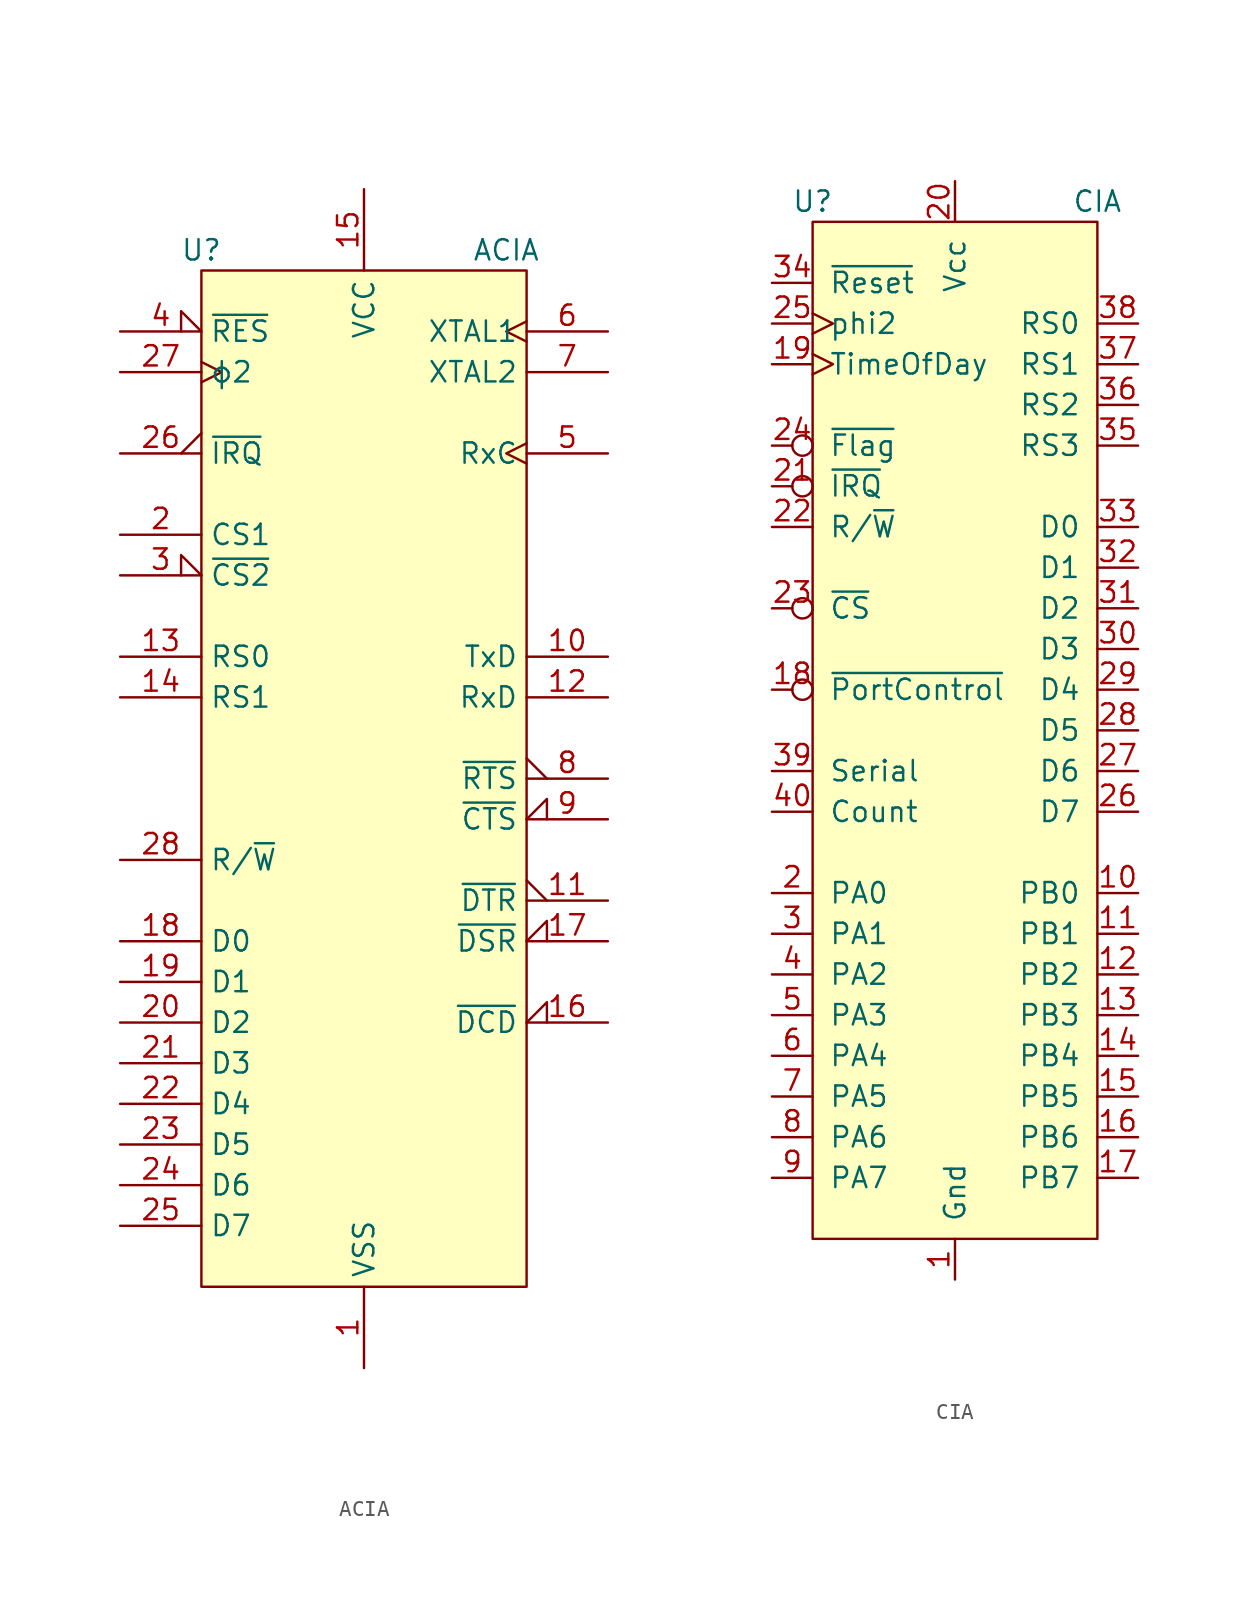
<source format=kicad_sym>
(kicad_symbol_lib
  (version 20201005)
  (generator kicad_symbol_editor)
  (symbol "C64:ACIA"
    (property "Reference" "U"
      (at -10.16 31.75 0)
      (effects (font (size 1.27 1.27))))
    (property "Value" "ACIA"
      (at 8.89 31.75 0)
      (effects (font (size 1.27 1.27))))
    (symbol "ACIA_0_1"
      (rectangle (start -10.16 30.48) (end 10.16 -33.02) (stroke (width 0)) (fill (type background))))
    (symbol "ACIA_1_1"
      (pin power_in line (at 0 -38.1 90) (length 5.08) (name "VSS" (effects (font (size 1.27 1.27)))) (number "1" (effects (font (size 1.27 1.27)))))
      (pin output line (at 15.24 6.35 180) (length 5.08) (name "TxD" (effects (font (size 1.27 1.27)))) (number "10" (effects (font (size 1.27 1.27)))))
      (pin output output_low (at 15.24 -8.89 180) (length 5.08) (name "~DTR" (effects (font (size 1.27 1.27)))) (number "11" (effects (font (size 1.27 1.27)))))
      (pin input line (at 15.24 3.81 180) (length 5.08) (name "RxD" (effects (font (size 1.27 1.27)))) (number "12" (effects (font (size 1.27 1.27)))))
      (pin input line (at -15.24 6.35 0) (length 5.08) (name "RS0" (effects (font (size 1.27 1.27)))) (number "13" (effects (font (size 1.27 1.27)))))
      (pin input line (at -15.24 3.81 0) (length 5.08) (name "RS1" (effects (font (size 1.27 1.27)))) (number "14" (effects (font (size 1.27 1.27)))))
      (pin power_in line (at 0 35.56 270) (length 5.08) (name "VCC" (effects (font (size 1.27 1.27)))) (number "15" (effects (font (size 1.27 1.27)))))
      (pin input input_low (at 15.24 -16.51 180) (length 5.08) (name "~DCD" (effects (font (size 1.27 1.27)))) (number "16" (effects (font (size 1.27 1.27)))))
      (pin input input_low (at 15.24 -11.43 180) (length 5.08) (name "~DSR" (effects (font (size 1.27 1.27)))) (number "17" (effects (font (size 1.27 1.27)))))
      (pin bidirectional line (at -15.24 -11.43 0) (length 5.08) (name "D0" (effects (font (size 1.27 1.27)))) (number "18" (effects (font (size 1.27 1.27)))))
      (pin bidirectional line (at -15.24 -13.97 0) (length 5.08) (name "D1" (effects (font (size 1.27 1.27)))) (number "19" (effects (font (size 1.27 1.27)))))
      (pin input line (at -15.24 13.97 0) (length 5.08) (name "CS1" (effects (font (size 1.27 1.27)))) (number "2" (effects (font (size 1.27 1.27)))))
      (pin bidirectional line (at -15.24 -16.51 0) (length 5.08) (name "D2" (effects (font (size 1.27 1.27)))) (number "20" (effects (font (size 1.27 1.27)))))
      (pin bidirectional line (at -15.24 -19.05 0) (length 5.08) (name "D3" (effects (font (size 1.27 1.27)))) (number "21" (effects (font (size 1.27 1.27)))))
      (pin bidirectional line (at -15.24 -21.59 0) (length 5.08) (name "D4" (effects (font (size 1.27 1.27)))) (number "22" (effects (font (size 1.27 1.27)))))
      (pin bidirectional line (at -15.24 -24.13 0) (length 5.08) (name "D5" (effects (font (size 1.27 1.27)))) (number "23" (effects (font (size 1.27 1.27)))))
      (pin bidirectional line (at -15.24 -26.67 0) (length 5.08) (name "D6" (effects (font (size 1.27 1.27)))) (number "24" (effects (font (size 1.27 1.27)))))
      (pin bidirectional line (at -15.24 -29.21 0) (length 5.08) (name "D7" (effects (font (size 1.27 1.27)))) (number "25" (effects (font (size 1.27 1.27)))))
      (pin open_collector output_low (at -15.24 19.05 0) (length 5.08) (name "~IRQ" (effects (font (size 1.27 1.27)))) (number "26" (effects (font (size 1.27 1.27)))))
      (pin input clock (at -15.24 24.13 0) (length 5.08) (name "ϕ2" (effects (font (size 1.27 1.27)))) (number "27" (effects (font (size 1.27 1.27)))))
      (pin input line (at -15.24 -6.35 0) (length 5.08) (name "R/~W" (effects (font (size 1.27 1.27)))) (number "28" (effects (font (size 1.27 1.27)))))
      (pin input input_low (at -15.24 11.43 0) (length 5.08) (name "~CS2" (effects (font (size 1.27 1.27)))) (number "3" (effects (font (size 1.27 1.27)))))
      (pin input input_low (at -15.24 26.67 0) (length 5.08) (name "~RES" (effects (font (size 1.27 1.27)))) (number "4" (effects (font (size 1.27 1.27)))))
      (pin bidirectional clock (at 15.24 19.05 180) (length 5.08) (name "RxC" (effects (font (size 1.27 1.27)))) (number "5" (effects (font (size 1.27 1.27)))))
      (pin input clock (at 15.24 26.67 180) (length 5.08) (name "XTAL1" (effects (font (size 1.27 1.27)))) (number "6" (effects (font (size 1.27 1.27)))))
      (pin output line (at 15.24 24.13 180) (length 5.08) (name "XTAL2" (effects (font (size 1.27 1.27)))) (number "7" (effects (font (size 1.27 1.27)))))
      (pin output output_low (at 15.24 -1.27 180) (length 5.08) (name "~RTS" (effects (font (size 1.27 1.27)))) (number "8" (effects (font (size 1.27 1.27)))))
      (pin input input_low (at 15.24 -3.81 180) (length 5.08) (name "~CTS" (effects (font (size 1.27 1.27)))) (number "9" (effects (font (size 1.27 1.27)))))))
  (symbol "C64:CIA"
    (pin_names
      (offset 1.016))
    (property "Reference" "U"
      (at -8.89 33.02 0)
      (effects (font (size 1.27 1.27))))
    (property "Value" "CIA"
      (at 8.89 33.02 0)
      (effects (font (size 1.27 1.27))))
    (symbol "CIA_0_1"
      (rectangle (start -8.89 -31.75) (end 8.89 31.75) (stroke (width 0)) (fill (type background))))
    (symbol "CIA_1_1"
      (pin power_in line (at 0 -34.29 90) (length 2.54) (name "Gnd" (effects (font (size 1.27 1.27)))) (number "1" (effects (font (size 1.27 1.27)))))
      (pin bidirectional line (at 11.43 -10.16 180) (length 2.54) (name "PB0" (effects (font (size 1.27 1.27)))) (number "10" (effects (font (size 1.27 1.27)))))
      (pin bidirectional line (at 11.43 -12.7 180) (length 2.54) (name "PB1" (effects (font (size 1.27 1.27)))) (number "11" (effects (font (size 1.27 1.27)))))
      (pin bidirectional line (at 11.43 -15.24 180) (length 2.54) (name "PB2" (effects (font (size 1.27 1.27)))) (number "12" (effects (font (size 1.27 1.27)))))
      (pin bidirectional line (at 11.43 -17.78 180) (length 2.54) (name "PB3" (effects (font (size 1.27 1.27)))) (number "13" (effects (font (size 1.27 1.27)))))
      (pin bidirectional line (at 11.43 -20.32 180) (length 2.54) (name "PB4" (effects (font (size 1.27 1.27)))) (number "14" (effects (font (size 1.27 1.27)))))
      (pin bidirectional line (at 11.43 -22.86 180) (length 2.54) (name "PB5" (effects (font (size 1.27 1.27)))) (number "15" (effects (font (size 1.27 1.27)))))
      (pin bidirectional line (at 11.43 -25.4 180) (length 2.54) (name "PB6" (effects (font (size 1.27 1.27)))) (number "16" (effects (font (size 1.27 1.27)))))
      (pin bidirectional line (at 11.43 -27.94 180) (length 2.54) (name "PB7" (effects (font (size 1.27 1.27)))) (number "17" (effects (font (size 1.27 1.27)))))
      (pin input inverted (at -11.43 2.54 0) (length 2.54) (name "~PortControl" (effects (font (size 1.27 1.27)))) (number "18" (effects (font (size 1.27 1.27)))))
      (pin input clock (at -11.43 22.86 0) (length 2.54) (name "TimeOfDay" (effects (font (size 1.27 1.27)))) (number "19" (effects (font (size 1.27 1.27)))))
      (pin bidirectional line (at -11.43 -10.16 0) (length 2.54) (name "PA0" (effects (font (size 1.27 1.27)))) (number "2" (effects (font (size 1.27 1.27)))))
      (pin power_in line (at 0 34.29 270) (length 2.54) (name "Vcc" (effects (font (size 1.27 1.27)))) (number "20" (effects (font (size 1.27 1.27)))))
      (pin output inverted (at -11.43 15.24 0) (length 2.54) (name "~IRQ" (effects (font (size 1.27 1.27)))) (number "21" (effects (font (size 1.27 1.27)))))
      (pin input line (at -11.43 12.7 0) (length 2.54) (name "R/~W" (effects (font (size 1.27 1.27)))) (number "22" (effects (font (size 1.27 1.27)))))
      (pin input inverted (at -11.43 7.62 0) (length 2.54) (name "~CS" (effects (font (size 1.27 1.27)))) (number "23" (effects (font (size 1.27 1.27)))))
      (pin input inverted (at -11.43 17.78 0) (length 2.54) (name "~Flag" (effects (font (size 1.27 1.27)))) (number "24" (effects (font (size 1.27 1.27)))))
      (pin input clock (at -11.43 25.4 0) (length 2.54) (name "phi2" (effects (font (size 1.27 1.27)))) (number "25" (effects (font (size 1.27 1.27)))))
      (pin bidirectional line (at 11.43 -5.08 180) (length 2.54) (name "D7" (effects (font (size 1.27 1.27)))) (number "26" (effects (font (size 1.27 1.27)))))
      (pin bidirectional line (at 11.43 -2.54 180) (length 2.54) (name "D6" (effects (font (size 1.27 1.27)))) (number "27" (effects (font (size 1.27 1.27)))))
      (pin bidirectional line (at 11.43 0 180) (length 2.54) (name "D5" (effects (font (size 1.27 1.27)))) (number "28" (effects (font (size 1.27 1.27)))))
      (pin bidirectional line (at 11.43 2.54 180) (length 2.54) (name "D4" (effects (font (size 1.27 1.27)))) (number "29" (effects (font (size 1.27 1.27)))))
      (pin bidirectional line (at -11.43 -12.7 0) (length 2.54) (name "PA1" (effects (font (size 1.27 1.27)))) (number "3" (effects (font (size 1.27 1.27)))))
      (pin bidirectional line (at 11.43 5.08 180) (length 2.54) (name "D3" (effects (font (size 1.27 1.27)))) (number "30" (effects (font (size 1.27 1.27)))))
      (pin bidirectional line (at 11.43 7.62 180) (length 2.54) (name "D2" (effects (font (size 1.27 1.27)))) (number "31" (effects (font (size 1.27 1.27)))))
      (pin bidirectional line (at 11.43 10.16 180) (length 2.54) (name "D1" (effects (font (size 1.27 1.27)))) (number "32" (effects (font (size 1.27 1.27)))))
      (pin bidirectional line (at 11.43 12.7 180) (length 2.54) (name "D0" (effects (font (size 1.27 1.27)))) (number "33" (effects (font (size 1.27 1.27)))))
      (pin input line (at -11.43 27.94 0) (length 2.54) (name "~Reset" (effects (font (size 1.27 1.27)))) (number "34" (effects (font (size 1.27 1.27)))))
      (pin input line (at 11.43 17.78 180) (length 2.54) (name "RS3" (effects (font (size 1.27 1.27)))) (number "35" (effects (font (size 1.27 1.27)))))
      (pin input line (at 11.43 20.32 180) (length 2.54) (name "RS2" (effects (font (size 1.27 1.27)))) (number "36" (effects (font (size 1.27 1.27)))))
      (pin input line (at 11.43 22.86 180) (length 2.54) (name "RS1" (effects (font (size 1.27 1.27)))) (number "37" (effects (font (size 1.27 1.27)))))
      (pin input line (at 11.43 25.4 180) (length 2.54) (name "RS0" (effects (font (size 1.27 1.27)))) (number "38" (effects (font (size 1.27 1.27)))))
      (pin bidirectional line (at -11.43 -2.54 0) (length 2.54) (name "Serial" (effects (font (size 1.27 1.27)))) (number "39" (effects (font (size 1.27 1.27)))))
      (pin bidirectional line (at -11.43 -15.24 0) (length 2.54) (name "PA2" (effects (font (size 1.27 1.27)))) (number "4" (effects (font (size 1.27 1.27)))))
      (pin bidirectional line (at -11.43 -5.08 0) (length 2.54) (name "Count" (effects (font (size 1.27 1.27)))) (number "40" (effects (font (size 1.27 1.27)))))
      (pin bidirectional line (at -11.43 -17.78 0) (length 2.54) (name "PA3" (effects (font (size 1.27 1.27)))) (number "5" (effects (font (size 1.27 1.27)))))
      (pin bidirectional line (at -11.43 -20.32 0) (length 2.54) (name "PA4" (effects (font (size 1.27 1.27)))) (number "6" (effects (font (size 1.27 1.27)))))
      (pin bidirectional line (at -11.43 -22.86 0) (length 2.54) (name "PA5" (effects (font (size 1.27 1.27)))) (number "7" (effects (font (size 1.27 1.27)))))
      (pin bidirectional line (at -11.43 -25.4 0) (length 2.54) (name "PA6" (effects (font (size 1.27 1.27)))) (number "8" (effects (font (size 1.27 1.27)))))
      (pin bidirectional line (at -11.43 -27.94 0) (length 2.54) (name "PA7" (effects (font (size 1.27 1.27)))) (number "9" (effects (font (size 1.27 1.27))))))))
</source>
